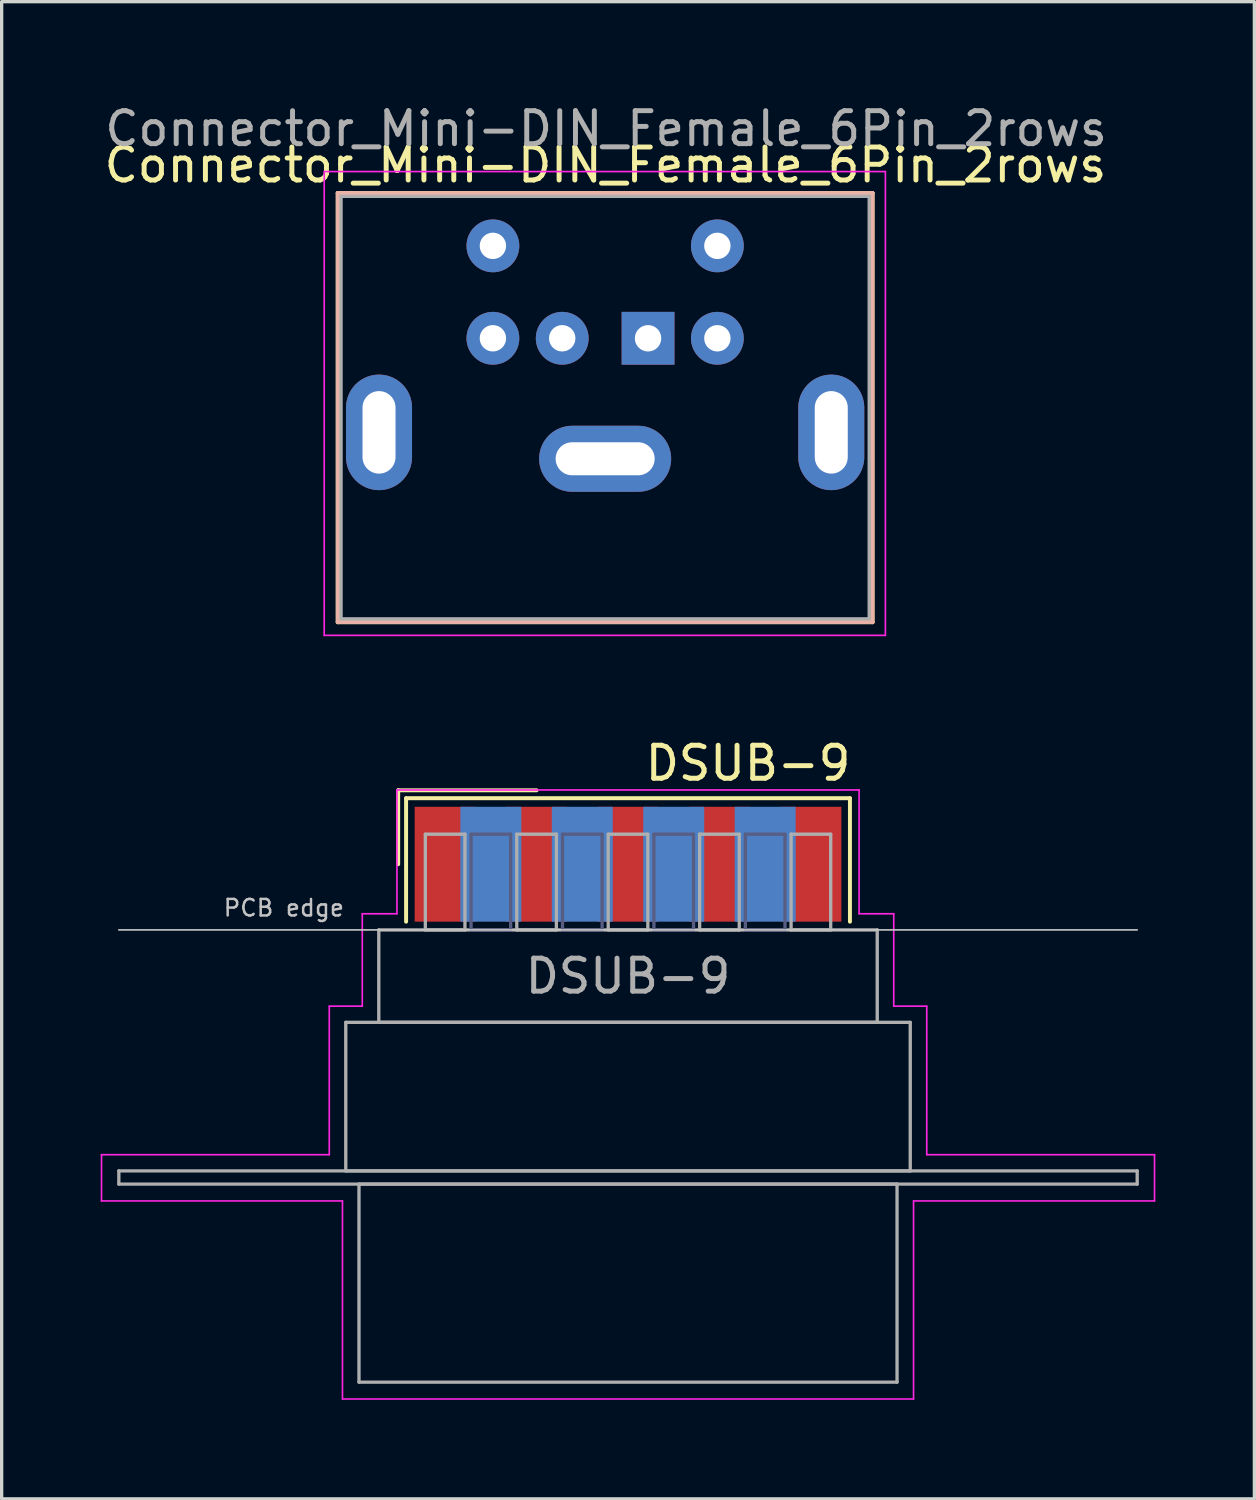
<source format=kicad_pcb>
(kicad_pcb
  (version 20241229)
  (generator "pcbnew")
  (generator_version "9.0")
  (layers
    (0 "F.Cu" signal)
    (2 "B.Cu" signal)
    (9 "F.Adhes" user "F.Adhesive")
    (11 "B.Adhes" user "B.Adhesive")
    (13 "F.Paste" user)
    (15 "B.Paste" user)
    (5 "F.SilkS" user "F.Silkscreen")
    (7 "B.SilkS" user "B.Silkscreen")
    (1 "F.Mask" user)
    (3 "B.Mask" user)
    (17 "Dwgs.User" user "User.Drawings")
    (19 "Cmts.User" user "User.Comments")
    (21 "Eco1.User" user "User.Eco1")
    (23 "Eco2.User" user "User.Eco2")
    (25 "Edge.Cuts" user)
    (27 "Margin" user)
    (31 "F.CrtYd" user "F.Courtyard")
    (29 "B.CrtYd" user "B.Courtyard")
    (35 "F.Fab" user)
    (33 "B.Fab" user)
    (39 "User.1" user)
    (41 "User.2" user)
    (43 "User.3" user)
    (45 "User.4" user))
  (footprint "DSUB-9"
    (layer "F.Cu")
    (at 15.975 23.131)
    (property "Reference" "DSUB-9" (at 6.83 -3.06 0) (layer "F.SilkS") (effects (font (size 1 1) (thickness 0.15)) (justify right)))
    (attr smd)
    (fp_line (start -6.963 -2.24) (end -2.77 -2.24) (stroke (width 0.12) (type solid)) (layer "F.SilkS"))
    (fp_line (start -6.963 0) (end -6.963 -2.24) (stroke (width 0.12) (type solid)) (layer "F.SilkS"))
    (fp_line (start -6.723 -2) (end -6.723 1.74) (stroke (width 0.12) (type solid)) (layer "F.SilkS"))
    (fp_line (start 6.723 -2) (end -6.723 -2) (stroke (width 0.12) (type solid)) (layer "F.SilkS"))
    (fp_line (start 6.723 1.74) (end 6.723 -2) (stroke (width 0.12) (type solid)) (layer "F.SilkS"))
    (fp_line (start -15.425 1.99) (end 15.425 1.99) (stroke (width 0.05) (type solid)) (layer "Dwgs.User"))
    (fp_line (start -15.95 8.8) (end -9.05 8.8) (stroke (width 0.05) (type solid)) (layer "F.CrtYd"))
    (fp_line (start -15.95 10.2) (end -15.95 8.8) (stroke (width 0.05) (type solid)) (layer "F.CrtYd"))
    (fp_line (start -9.05 4.3) (end -8.05 4.3) (stroke (width 0.05) (type solid)) (layer "F.CrtYd"))
    (fp_line (start -9.05 8.8) (end -9.05 4.3) (stroke (width 0.05) (type solid)) (layer "F.CrtYd"))
    (fp_line (start -8.65 10.2) (end -15.95 10.2) (stroke (width 0.05) (type solid)) (layer "F.CrtYd"))
    (fp_line (start -8.65 16.2) (end -8.65 10.2) (stroke (width 0.05) (type solid)) (layer "F.CrtYd"))
    (fp_line (start -8.05 1.5) (end -7 1.5) (stroke (width 0.05) (type solid)) (layer "F.CrtYd"))
    (fp_line (start -8.05 4.3) (end -8.05 1.5) (stroke (width 0.05) (type solid)) (layer "F.CrtYd"))
    (fp_line (start -7 -2.25) (end 7 -2.25) (stroke (width 0.05) (type solid)) (layer "F.CrtYd"))
    (fp_line (start -7 1.5) (end -7 -2.25) (stroke (width 0.05) (type solid)) (layer "F.CrtYd"))
    (fp_line (start 7 -2.25) (end 7 1.5) (stroke (width 0.05) (type solid)) (layer "F.CrtYd"))
    (fp_line (start 7 1.5) (end 8.05 1.5) (stroke (width 0.05) (type solid)) (layer "F.CrtYd"))
    (fp_line (start 8.05 1.5) (end 8.05 4.3) (stroke (width 0.05) (type solid)) (layer "F.CrtYd"))
    (fp_line (start 8.05 4.3) (end 9.05 4.3) (stroke (width 0.05) (type solid)) (layer "F.CrtYd"))
    (fp_line (start 8.65 10.2) (end 8.65 16.2) (stroke (width 0.05) (type solid)) (layer "F.CrtYd"))
    (fp_line (start 8.65 16.2) (end -8.65 16.2) (stroke (width 0.05) (type solid)) (layer "F.CrtYd"))
    (fp_line (start 9.05 4.3) (end 9.05 8.8) (stroke (width 0.05) (type solid)) (layer "F.CrtYd"))
    (fp_line (start 9.05 8.8) (end 15.95 8.8) (stroke (width 0.05) (type solid)) (layer "F.CrtYd"))
    (fp_line (start 15.95 8.8) (end 15.95 10.2) (stroke (width 0.05) (type solid)) (layer "F.CrtYd"))
    (fp_line (start 15.95 10.2) (end 8.65 10.2) (stroke (width 0.05) (type solid)) (layer "F.CrtYd"))
    (fp_line (start -4.755 -0.91) (end -4.755 1.99) (stroke (width 0.1) (type solid)) (layer "B.Fab"))
    (fp_line (start -4.755 1.99) (end -3.555 1.99) (stroke (width 0.1) (type solid)) (layer "B.Fab"))
    (fp_line (start -3.555 -0.91) (end -4.755 -0.91) (stroke (width 0.1) (type solid)) (layer "B.Fab"))
    (fp_line (start -3.555 1.99) (end -3.555 -0.91) (stroke (width 0.1) (type solid)) (layer "B.Fab"))
    (fp_line (start -1.985 -0.91) (end -1.985 1.99) (stroke (width 0.1) (type solid)) (layer "B.Fab"))
    (fp_line (start -1.985 1.99) (end -0.785 1.99) (stroke (width 0.1) (type solid)) (layer "B.Fab"))
    (fp_line (start -0.785 -0.91) (end -1.985 -0.91) (stroke (width 0.1) (type solid)) (layer "B.Fab"))
    (fp_line (start -0.785 1.99) (end -0.785 -0.91) (stroke (width 0.1) (type solid)) (layer "B.Fab"))
    (fp_line (start 0.785 -0.91) (end 0.785 1.99) (stroke (width 0.1) (type solid)) (layer "B.Fab"))
    (fp_line (start 0.785 1.99) (end 1.985 1.99) (stroke (width 0.1) (type solid)) (layer "B.Fab"))
    (fp_line (start 1.985 -0.91) (end 0.785 -0.91) (stroke (width 0.1) (type solid)) (layer "B.Fab"))
    (fp_line (start 1.985 1.99) (end 1.985 -0.91) (stroke (width 0.1) (type solid)) (layer "B.Fab"))
    (fp_line (start 3.555 -0.91) (end 3.555 1.99) (stroke (width 0.1) (type solid)) (layer "B.Fab"))
    (fp_line (start 3.555 1.99) (end 4.755 1.99) (stroke (width 0.1) (type solid)) (layer "B.Fab"))
    (fp_line (start 4.755 -0.91) (end 3.555 -0.91) (stroke (width 0.1) (type solid)) (layer "B.Fab"))
    (fp_line (start 4.755 1.99) (end 4.755 -0.91) (stroke (width 0.1) (type solid)) (layer "B.Fab"))
    (fp_line (start -15.425 9.29) (end -15.425 9.69) (stroke (width 0.1) (type solid)) (layer "F.Fab"))
    (fp_line (start -15.425 9.69) (end 15.425 9.69) (stroke (width 0.1) (type solid)) (layer "F.Fab"))
    (fp_line (start -8.55 4.79) (end -8.55 9.29) (stroke (width 0.1) (type solid)) (layer "F.Fab"))
    (fp_line (start -8.55 9.29) (end 8.55 9.29) (stroke (width 0.1) (type solid)) (layer "F.Fab"))
    (fp_line (start -8.15 9.69) (end -8.15 15.69) (stroke (width 0.1) (type solid)) (layer "F.Fab"))
    (fp_line (start -8.15 15.69) (end 8.15 15.69) (stroke (width 0.1) (type solid)) (layer "F.Fab"))
    (fp_line (start -7.55 1.99) (end -7.55 4.79) (stroke (width 0.1) (type solid)) (layer "F.Fab"))
    (fp_line (start -7.55 4.79) (end 7.55 4.79) (stroke (width 0.1) (type solid)) (layer "F.Fab"))
    (fp_line (start -6.14 -0.91) (end -6.14 1.99) (stroke (width 0.1) (type solid)) (layer "F.Fab"))
    (fp_line (start -6.14 1.99) (end -4.94 1.99) (stroke (width 0.1) (type solid)) (layer "F.Fab"))
    (fp_line (start -4.94 -0.91) (end -6.14 -0.91) (stroke (width 0.1) (type solid)) (layer "F.Fab"))
    (fp_line (start -4.94 1.99) (end -4.94 -0.91) (stroke (width 0.1) (type solid)) (layer "F.Fab"))
    (fp_line (start -3.37 -0.91) (end -3.37 1.99) (stroke (width 0.1) (type solid)) (layer "F.Fab"))
    (fp_line (start -3.37 1.99) (end -2.17 1.99) (stroke (width 0.1) (type solid)) (layer "F.Fab"))
    (fp_line (start -2.17 -0.91) (end -3.37 -0.91) (stroke (width 0.1) (type solid)) (layer "F.Fab"))
    (fp_line (start -2.17 1.99) (end -2.17 -0.91) (stroke (width 0.1) (type solid)) (layer "F.Fab"))
    (fp_line (start -0.6 -0.91) (end -0.6 1.99) (stroke (width 0.1) (type solid)) (layer "F.Fab"))
    (fp_line (start -0.6 1.99) (end 0.6 1.99) (stroke (width 0.1) (type solid)) (layer "F.Fab"))
    (fp_line (start 0.6 -0.91) (end -0.6 -0.91) (stroke (width 0.1) (type solid)) (layer "F.Fab"))
    (fp_line (start 0.6 1.99) (end 0.6 -0.91) (stroke (width 0.1) (type solid)) (layer "F.Fab"))
    (fp_line (start 2.17 -0.91) (end 2.17 1.99) (stroke (width 0.1) (type solid)) (layer "F.Fab"))
    (fp_line (start 2.17 1.99) (end 3.37 1.99) (stroke (width 0.1) (type solid)) (layer "F.Fab"))
    (fp_line (start 3.37 -0.91) (end 2.17 -0.91) (stroke (width 0.1) (type solid)) (layer "F.Fab"))
    (fp_line (start 3.37 1.99) (end 3.37 -0.91) (stroke (width 0.1) (type solid)) (layer "F.Fab"))
    (fp_line (start 4.94 -0.91) (end 4.94 1.99) (stroke (width 0.1) (type solid)) (layer "F.Fab"))
    (fp_line (start 4.94 1.99) (end 6.14 1.99) (stroke (width 0.1) (type solid)) (layer "F.Fab"))
    (fp_line (start 6.14 -0.91) (end 4.94 -0.91) (stroke (width 0.1) (type solid)) (layer "F.Fab"))
    (fp_line (start 6.14 1.99) (end 6.14 -0.91) (stroke (width 0.1) (type solid)) (layer "F.Fab"))
    (fp_line (start 7.55 1.99) (end -7.55 1.99) (stroke (width 0.1) (type solid)) (layer "F.Fab"))
    (fp_line (start 7.55 4.79) (end 7.55 1.99) (stroke (width 0.1) (type solid)) (layer "F.Fab"))
    (fp_line (start 8.15 9.69) (end -8.15 9.69) (stroke (width 0.1) (type solid)) (layer "F.Fab"))
    (fp_line (start 8.15 15.69) (end 8.15 9.69) (stroke (width 0.1) (type solid)) (layer "F.Fab"))
    (fp_line (start 8.55 4.79) (end -8.55 4.79) (stroke (width 0.1) (type solid)) (layer "F.Fab"))
    (fp_line (start 8.55 9.29) (end 8.55 4.79) (stroke (width 0.1) (type solid)) (layer "F.Fab"))
    (fp_line (start 15.425 9.29) (end -15.425 9.29) (stroke (width 0.1) (type solid)) (layer "F.Fab"))
    (fp_line (start 15.425 9.69) (end 15.425 9.29) (stroke (width 0.1) (type solid)) (layer "F.Fab"))
    (fp_text user "PCB edge" (at -10.425 1.323 0) (layer "Dwgs.User") (effects (font (size 0.5 0.5) (thickness 0.075))))
    (fp_text user "${REFERENCE}" (at 0 3.39 0) (layer "F.Fab") (effects (font (size 1 1) (thickness 0.15))))
    (pad "1" smd rect (at -5.54 0) (size 1.847 3.48) (layers "F.Cu" "F.Mask" "F.Paste"))
    (pad "2" smd rect (at -2.77 0) (size 1.847 3.48) (layers "F.Cu" "F.Mask" "F.Paste"))
    (pad "3" smd rect (at 0 0) (size 1.847 3.48) (layers "F.Cu" "F.Mask" "F.Paste"))
    (pad "4" smd rect (at 2.77 0) (size 1.847 3.48) (layers "F.Cu" "F.Mask" "F.Paste"))
    (pad "5" smd rect (at 5.54 0) (size 1.847 3.48) (layers "F.Cu" "F.Mask" "F.Paste"))
    (pad "6" smd rect (at -4.155 0) (size 1.847 3.48) (layers "B.Cu" "B.Mask" "B.Paste"))
    (pad "7" smd rect (at -1.385 0) (size 1.847 3.48) (layers "B.Cu" "B.Mask" "B.Paste"))
    (pad "8" smd rect (at 1.385 0) (size 1.847 3.48) (layers "B.Cu" "B.Mask" "B.Paste"))
    (pad "9" smd rect (at 4.155 0) (size 1.847 3.48) (layers "B.Cu" "B.Mask" "B.Paste")))
  (footprint "Connector_Mini-DIN_Female_6Pin_2rows"
    (layer "F.Cu")
    (at 16.582 7.198)
    (property "Reference" "Connector_Mini-DIN_Female_6Pin_2rows" (at -1.29 -5.25 0) (layer "F.SilkS") (effects (font (size 1 1) (thickness 0.15))))
    (attr through_hole)
    (fp_line (start -9.4 -4.4) (end -9.4 8.6) (stroke (width 0.12) (type solid)) (layer "F.SilkS"))
    (fp_line (start -9.4 -4.4) (end 6.8 -4.4) (stroke (width 0.12) (type solid)) (layer "F.SilkS"))
    (fp_line (start -9.4 8.6) (end 6.8 8.6) (stroke (width 0.12) (type solid)) (layer "F.SilkS"))
    (fp_line (start 6.8 -4.4) (end 6.8 8.6) (stroke (width 0.12) (type solid)) (layer "F.SilkS"))
    (fp_line (start -9.4 -4.4) (end -9.4 8.6) (stroke (width 0.12) (type solid)) (layer "B.SilkS"))
    (fp_line (start -9.4 -4.4) (end 6.8 -4.4) (stroke (width 0.12) (type solid)) (layer "B.SilkS"))
    (fp_line (start -9.4 8.6) (end 6.8 8.6) (stroke (width 0.12) (type solid)) (layer "B.SilkS"))
    (fp_line (start 6.8 -4.4) (end 6.8 8.6) (stroke (width 0.12) (type solid)) (layer "B.SilkS"))
    (fp_line (start -9.81 -5.05) (end -9.81 9) (stroke (width 0.05) (type solid)) (layer "F.CrtYd"))
    (fp_line (start -9.81 -5.05) (end 7.19 -5.05) (stroke (width 0.05) (type solid)) (layer "F.CrtYd"))
    (fp_line (start 7.19 9) (end -9.81 9) (stroke (width 0.05) (type solid)) (layer "F.CrtYd"))
    (fp_line (start 7.19 9) (end 7.19 -5.05) (stroke (width 0.05) (type solid)) (layer "F.CrtYd"))
    (fp_line (start -9.3 -4.3) (end 6.7 -4.3) (stroke (width 0.1) (type solid)) (layer "F.Fab"))
    (fp_line (start -9.3 8.5) (end -9.3 -4.3) (stroke (width 0.1) (type solid)) (layer "F.Fab"))
    (fp_line (start 6.7 -4.3) (end 6.7 8.5) (stroke (width 0.1) (type solid)) (layer "F.Fab"))
    (fp_line (start 6.7 8.5) (end -9.3 8.5) (stroke (width 0.1) (type solid)) (layer "F.Fab"))
    (fp_text user "${REFERENCE}" (at -1.27 -6.35 0) (layer "F.Fab") (effects (font (size 1 1) (thickness 0.15))))
    (pad "1" thru_hole rect (at 0 0) (size 1.6 1.6) (drill 0.8) (layers "*.Cu" "*.Mask"))
    (pad "2" thru_hole circle (at -2.6 0) (size 1.6 1.6) (drill 0.8) (layers "*.Cu" "*.Mask"))
    (pad "3" thru_hole oval (at -8.15 2.85) (size 2 3.5) (drill oval 1 2.5) (layers "*.Cu" "*.Mask"))
    (pad "3" thru_hole oval (at -1.3 3.65) (size 4 2) (drill oval 3 1) (layers "*.Cu" "*.Mask"))
    (pad "3" thru_hole circle (at 2.1 0) (size 1.6 1.6) (drill 0.8) (layers "*.Cu" "*.Mask"))
    (pad "3" thru_hole oval (at 5.55 2.85) (size 2 3.5) (drill oval 1 2.5) (layers "*.Cu" "*.Mask"))
    (pad "4" thru_hole circle (at -4.7 0) (size 1.6 1.6) (drill 0.8) (layers "*.Cu" "*.Mask"))
    (pad "5" thru_hole circle (at 2.1 -2.8) (size 1.6 1.6) (drill 0.8) (layers "*.Cu" "*.Mask"))
    (pad "6" thru_hole circle (at -4.7 -2.8) (size 1.6 1.6) (drill 0.8) (layers "*.Cu" "*.Mask")))
  (gr_rect
    (start -3 -3)
    (end 34.95 42.356)
    (stroke (width 0.1) (type default))
    (fill no)
    (layer "Edge.Cuts")))
</source>
